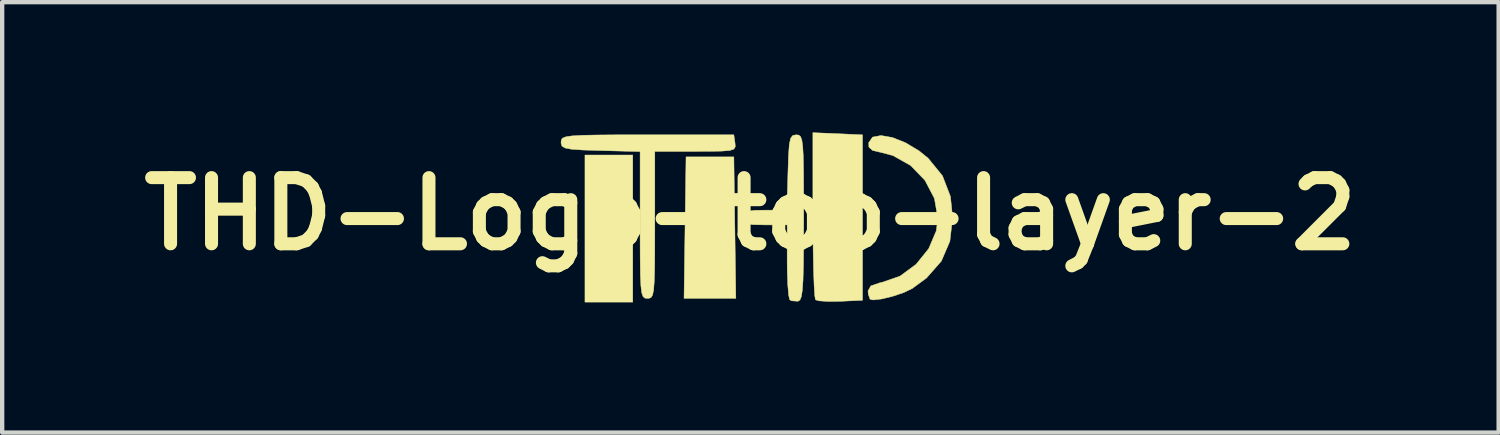
<source format=kicad_pcb>
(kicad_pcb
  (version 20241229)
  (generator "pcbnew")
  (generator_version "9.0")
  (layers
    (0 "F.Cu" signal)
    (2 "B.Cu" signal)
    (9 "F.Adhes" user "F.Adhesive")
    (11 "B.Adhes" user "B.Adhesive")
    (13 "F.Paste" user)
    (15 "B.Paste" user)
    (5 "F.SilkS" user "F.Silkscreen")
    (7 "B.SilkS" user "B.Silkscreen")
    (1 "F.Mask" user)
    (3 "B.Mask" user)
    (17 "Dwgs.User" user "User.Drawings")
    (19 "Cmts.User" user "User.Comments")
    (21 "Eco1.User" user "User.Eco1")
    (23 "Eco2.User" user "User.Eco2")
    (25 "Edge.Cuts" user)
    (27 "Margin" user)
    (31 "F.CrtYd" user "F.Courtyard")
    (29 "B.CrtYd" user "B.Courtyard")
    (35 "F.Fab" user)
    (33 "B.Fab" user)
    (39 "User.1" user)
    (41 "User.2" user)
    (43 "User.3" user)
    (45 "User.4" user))
  (footprint "THD-Logo-top-layer-2"
    (layer "F.Cu")
    (at 14.231 1.875)
    (property "Reference" "THD-Logo-top-layer-2" (at 0 0 0) (layer "F.SilkS") (effects (font (size 1.524 1.524) (thickness 0.3))))
    (attr through_hole)
    (fp_poly (pts (xy -2.709 2.032) (xy -3.81 2.032) (xy -3.81 -1.355) (xy -2.709 -1.355) (xy -2.709 2.032)) (stroke (width 0.01) (type solid)) (fill yes) (layer "F.SilkS"))
    (fp_poly (pts (xy -0.358 0.318) (xy -0.335 1.947) (xy -1.528 1.947) (xy -1.505 0.318) (xy -1.482 -1.312) (xy -0.381 -1.312) (xy -0.358 0.318)) (stroke (width 0.01) (type solid)) (fill yes) (layer "F.SilkS"))
    (fp_poly (pts (xy 2.582 -1.82) (xy 2.582 1.99) (xy 2.071 2.014) (xy 1.79 2.018) (xy 1.58 2.003) (xy 1.499 1.979) (xy 1.482 1.881) (xy 1.467 1.638) (xy 1.454 1.275) (xy 1.445 0.819) (xy 1.44 0.293) (xy 1.439 0.024) (xy 1.439 -1.87) (xy 2.582 -1.82)) (stroke (width 0.01) (type solid)) (fill yes) (layer "F.SilkS"))
    (fp_poly (pts (xy 3.271 -1.758) (xy 3.573 -1.638) (xy 3.883 -1.452) (xy 4.093 -1.282) (xy 4.423 -0.877) (xy 4.607 -0.4) (xy 4.657 0.085) (xy 4.594 0.631) (xy 4.398 1.088) (xy 4.056 1.477) (xy 3.725 1.72) (xy 3.528 1.814) (xy 3.275 1.899) (xy 3.023 1.96) (xy 2.829 1.983) (xy 2.756 1.966) (xy 2.715 1.85) (xy 2.709 1.775) (xy 2.774 1.659) (xy 2.983 1.587) (xy 3.027 1.579) (xy 3.446 1.434) (xy 3.816 1.162) (xy 4.106 0.802) (xy 4.281 0.391) (xy 4.318 0.102) (xy 4.238 -0.356) (xy 4.02 -0.772) (xy 3.691 -1.113) (xy 3.284 -1.342) (xy 3.029 -1.41) (xy 2.815 -1.46) (xy 2.729 -1.538) (xy 2.726 -1.641) (xy 2.814 -1.768) (xy 3.007 -1.804) (xy 3.271 -1.758)) (stroke (width 0.01) (type solid)) (fill yes) (layer "F.SilkS"))
    (fp_poly (pts (xy 1.113 -1.814) (xy 1.154 -1.782) (xy 1.184 -1.704) (xy 1.205 -1.558) (xy 1.218 -1.325) (xy 1.224 -0.983) (xy 1.227 -0.513) (xy 1.228 0.084) (xy 1.226 0.707) (xy 1.222 1.181) (xy 1.212 1.525) (xy 1.196 1.761) (xy 1.173 1.907) (xy 1.141 1.984) (xy 1.098 2.012) (xy 1.097 2.013) (xy 0.946 2.002) (xy 0.906 1.978) (xy 0.881 1.873) (xy 0.861 1.639) (xy 0.849 1.314) (xy 0.847 1.087) (xy 0.847 0.254) (xy 0.339 0.254) (xy 0.055 0.248) (xy -0.098 0.221) (xy -0.16 0.16) (xy -0.169 0.085) (xy -0.151 -0.01) (xy -0.069 -0.061) (xy 0.115 -0.082) (xy 0.336 -0.085) (xy 0.841 -0.085) (xy 0.865 -0.953) (xy 0.878 -1.344) (xy 0.896 -1.596) (xy 0.926 -1.739) (xy 0.974 -1.804) (xy 1.048 -1.82) (xy 1.058 -1.82) (xy 1.113 -1.814)) (stroke (width 0.01) (type solid)) (fill yes) (layer "F.SilkS"))
    (fp_poly (pts (xy -0.354 -1.63) (xy -0.348 -1.547) (xy -0.379 -1.492) (xy -0.473 -1.46) (xy -0.661 -1.445) (xy -0.97 -1.44) (xy -1.264 -1.439) (xy -2.201 -1.439) (xy -2.201 0.254) (xy -2.202 0.829) (xy -2.205 1.257) (xy -2.214 1.559) (xy -2.229 1.757) (xy -2.254 1.873) (xy -2.291 1.929) (xy -2.341 1.946) (xy -2.371 1.947) (xy -2.428 1.941) (xy -2.471 1.906) (xy -2.501 1.822) (xy -2.521 1.666) (xy -2.533 1.417) (xy -2.538 1.052) (xy -2.54 0.55) (xy -2.54 0.257) (xy -2.54 -1.434) (xy -3.45 -1.458) (xy -3.853 -1.47) (xy -4.115 -1.488) (xy -4.268 -1.516) (xy -4.339 -1.56) (xy -4.36 -1.629) (xy -4.36 -1.651) (xy -4.354 -1.705) (xy -4.323 -1.746) (xy -4.247 -1.775) (xy -4.105 -1.796) (xy -3.877 -1.809) (xy -3.544 -1.816) (xy -3.084 -1.82) (xy -2.479 -1.82) (xy -2.371 -1.82) (xy -0.381 -1.82) (xy -0.354 -1.63)) (stroke (width 0.01) (type solid)) (fill yes) (layer "F.SilkS")))
  (gr_rect
    (start -3 -3)
    (end 31.463 6.912)
    (stroke (width 0.1) (type default))
    (fill no)
    (layer "Edge.Cuts")))
</source>
